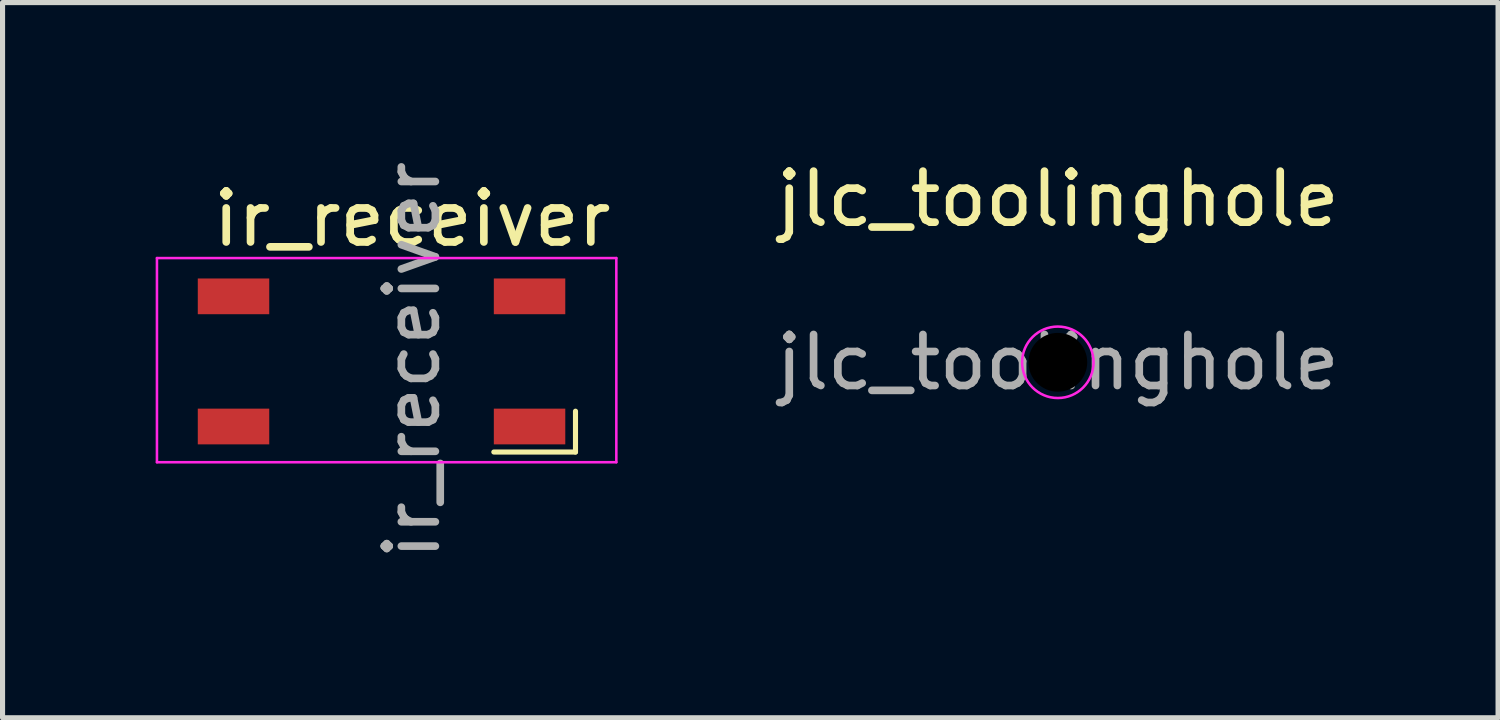
<source format=kicad_pcb>
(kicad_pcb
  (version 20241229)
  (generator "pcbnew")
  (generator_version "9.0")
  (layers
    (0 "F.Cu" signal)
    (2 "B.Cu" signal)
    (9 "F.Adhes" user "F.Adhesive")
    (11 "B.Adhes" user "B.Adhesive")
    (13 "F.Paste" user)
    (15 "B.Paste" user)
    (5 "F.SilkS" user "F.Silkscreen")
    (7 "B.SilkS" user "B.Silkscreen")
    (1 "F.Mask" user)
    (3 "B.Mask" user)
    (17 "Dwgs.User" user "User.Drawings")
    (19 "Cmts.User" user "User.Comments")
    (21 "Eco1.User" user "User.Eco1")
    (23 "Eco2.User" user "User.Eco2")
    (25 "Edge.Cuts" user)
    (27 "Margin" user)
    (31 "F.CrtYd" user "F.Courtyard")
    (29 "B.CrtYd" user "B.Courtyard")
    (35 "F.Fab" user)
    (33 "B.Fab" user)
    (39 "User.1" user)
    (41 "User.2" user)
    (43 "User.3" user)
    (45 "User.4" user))
  (footprint "ir_receiver"
    (layer "F.Cu")
    (at 5.025 4.006)
    (property "Reference" "ir_receiver" (at 0 -2.77 0) (layer "F.SilkS") (effects (font (size 1 1) (thickness 0.15))))
    (attr smd)
    (fp_line (start 1.6 1.8) (end 3.2 1.8) (stroke (width 0.1) (type default)) (layer "F.SilkS"))
    (fp_line (start 3.2 1.8) (end 3.2 1) (stroke (width 0.1) (type default)) (layer "F.SilkS"))
    (fp_line (start -5 -2) (end 4 -2) (stroke (width 0.05) (type solid)) (layer "F.CrtYd"))
    (fp_line (start -5 2) (end -5 -2) (stroke (width 0.05) (type solid)) (layer "F.CrtYd"))
    (fp_line (start 4 -2) (end 4 2) (stroke (width 0.05) (type solid)) (layer "F.CrtYd"))
    (fp_line (start 4 2) (end -5 2) (stroke (width 0.05) (type solid)) (layer "F.CrtYd"))
    (fp_text user "${REFERENCE}" (at 0 0 90) (layer "F.Fab") (effects (font (size 1 1) (thickness 0.15))))
    (pad "1" smd rect (at 2.3 1.3) (size 1.4 0.7) (layers "F.Cu" "F.Mask" "F.Paste"))
    (pad "2" smd rect (at 2.3 -1.25) (size 1.4 0.7) (layers "F.Cu" "F.Mask" "F.Paste"))
    (pad "3" smd rect (at -3.5 -1.25) (size 1.4 0.7) (layers "F.Cu" "F.Mask" "F.Paste"))
    (pad "4" smd rect (at -3.5 1.3) (size 1.4 0.7) (layers "F.Cu" "F.Mask" "F.Paste")))
  (footprint "jlc_toolinghole"
    (layer "F.Cu")
    (at 17.675 4.048)
    (property "Reference" "jlc_toolinghole" (at 0 -3.2 0) (layer "F.SilkS") (effects (font (size 1 1) (thickness 0.15))))
    (attr exclude_from_pos_files exclude_from_bom)
    (fp_circle (center 0 0) (end 0.7 0) (stroke (width 0.05) (type solid)) (fill no) (layer "F.CrtYd"))
    (fp_text user "${REFERENCE}" (at 0 0 0) (layer "F.Fab") (effects (font (size 1 1) (thickness 0.15))))
    (pad "" np_thru_hole circle (at 0 0) (size 1.152 1.152) (drill 1.152) (layers "*.Mask")))
  (gr_rect
    (start -3 -3)
    (end 26.3 11.012)
    (stroke (width 0.1) (type default))
    (fill no)
    (layer "Edge.Cuts")))
</source>
